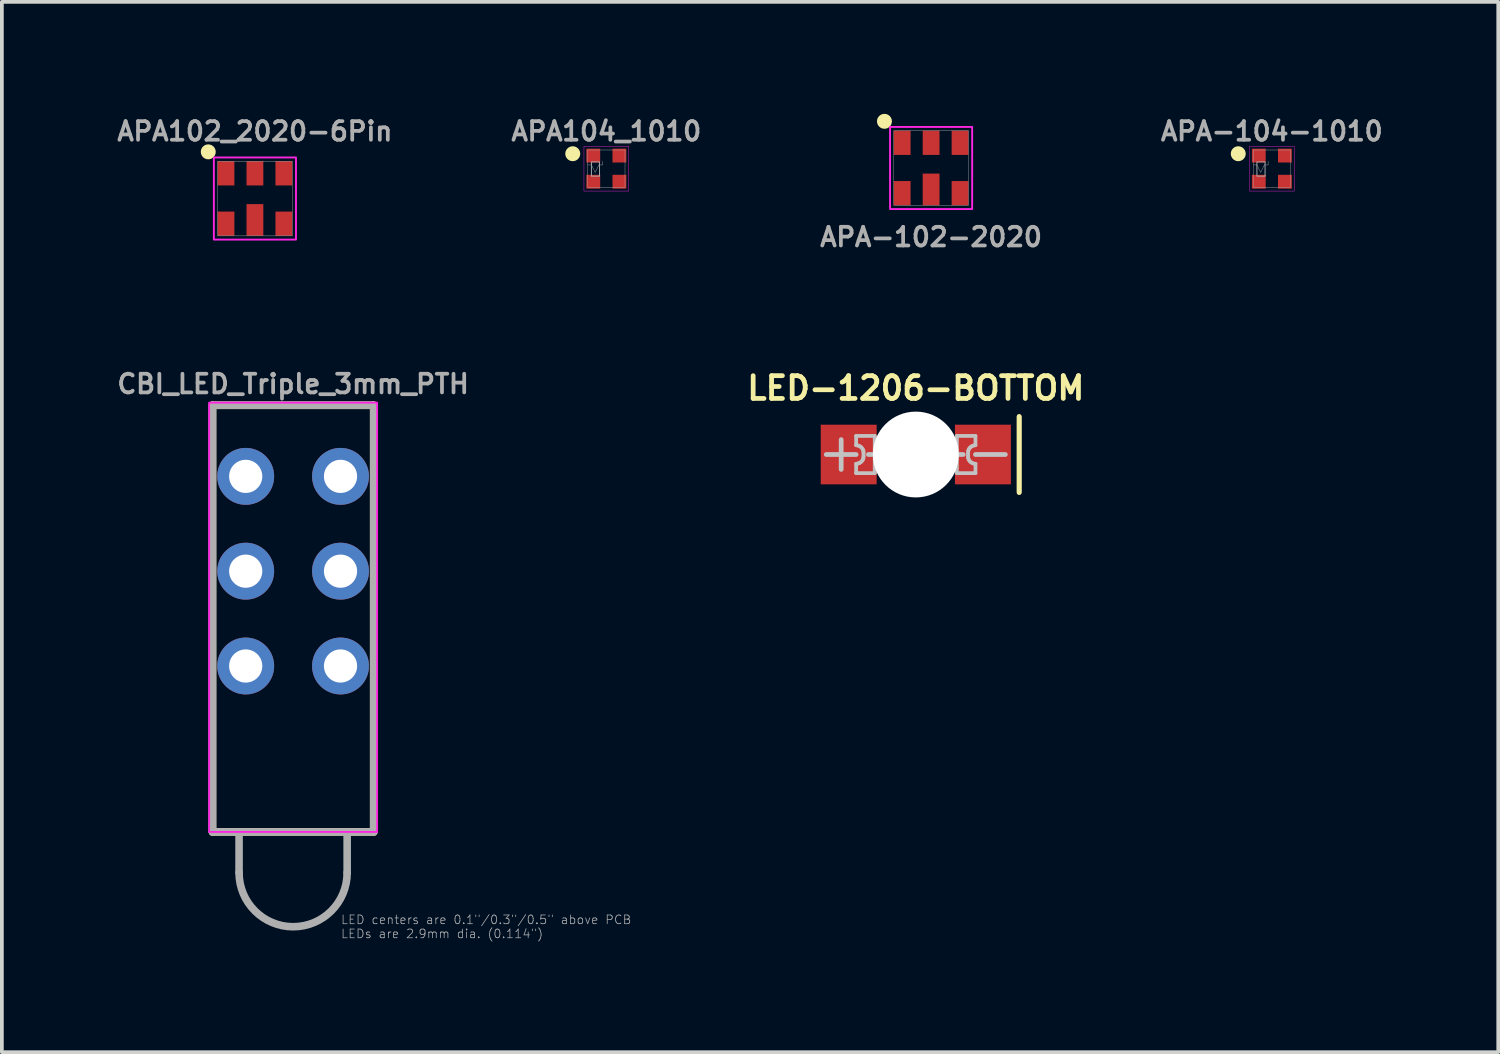
<source format=kicad_pcb>
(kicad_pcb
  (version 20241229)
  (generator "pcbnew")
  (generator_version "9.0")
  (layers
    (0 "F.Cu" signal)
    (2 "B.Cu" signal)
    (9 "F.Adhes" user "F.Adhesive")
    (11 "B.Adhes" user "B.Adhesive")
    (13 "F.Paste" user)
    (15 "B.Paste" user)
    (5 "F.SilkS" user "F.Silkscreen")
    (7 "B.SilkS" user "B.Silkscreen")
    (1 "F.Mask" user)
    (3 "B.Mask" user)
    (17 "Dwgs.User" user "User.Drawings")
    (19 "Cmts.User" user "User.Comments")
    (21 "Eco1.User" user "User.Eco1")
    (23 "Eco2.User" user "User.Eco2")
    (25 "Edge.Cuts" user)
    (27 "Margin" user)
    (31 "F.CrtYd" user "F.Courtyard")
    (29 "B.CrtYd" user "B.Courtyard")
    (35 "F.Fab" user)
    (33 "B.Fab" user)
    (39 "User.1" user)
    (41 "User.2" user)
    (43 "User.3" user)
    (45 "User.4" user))
  (footprint "APA-102-2020"
    (layer "F.Cu")
    (at 21.893 1.45)
    (property "Reference" "APA-102-2020" (at 0 1.85 0) (layer "F.Fab") (effects (font (size 0.5 0.5) (thickness 0.1) (bold yes))))
    (fp_circle (center -1.25 -1.25) (end -1.25 -1.15) (stroke (width 0.2) (type solid)) (fill yes) (layer "F.SilkS"))
    (fp_rect (start -1.1 -1.1) (end 1.1 1.1) (stroke (width 0.05) (type default)) (fill no) (layer "F.CrtYd"))
    (fp_rect (start -1 -1) (end 1 1) (stroke (width 0.01) (type default)) (fill no) (layer "F.Fab"))
    (pad "1" smd rect (at -0.775 -0.675) (size 0.45 0.65) (layers "F.Cu" "F.Mask" "F.Paste"))
    (pad "2" smd rect (at 0 -0.675) (size 0.45 0.65) (layers "F.Cu" "F.Mask" "F.Paste"))
    (pad "3" smd rect (at 0.775 -0.675) (size 0.45 0.65) (layers "F.Cu" "F.Mask" "F.Paste"))
    (pad "4" smd rect (at -0.775 0.675) (size 0.45 0.65) (layers "F.Cu" "F.Mask" "F.Paste"))
    (pad "5" smd rect (at 0 0.575) (size 0.45 0.85) (layers "F.Cu" "F.Mask" "F.Paste"))
    (pad "6" smd rect (at 0.775 0.675) (size 0.45 0.65) (layers "F.Cu" "F.Mask" "F.Paste")))
  (footprint "LED-1206-BOTTOM"
    (layer "F.Cu")
    (at 21.483 9.126)
    (property "Reference" "LED-1206-BOTTOM" (at 0 -1.778 0) (layer "F.SilkS") (effects (font (size 0.61 0.61) (thickness 0.127))))
    (attr smd)
    (fp_line (start 2.769 -1.016) (end 2.769 1.016) (stroke (width 0.127) (type solid)) (layer "F.SilkS"))
    (fp_line (start 2.769 -1.016) (end 2.769 1.016) (stroke (width 0.127) (type solid)) (layer "F.SilkS"))
    (fp_line (start -2.398 0) (end -1.598 0) (stroke (width 0.127) (type solid)) (layer "Dwgs.User"))
    (fp_line (start -1.999 -0.399) (end -1.999 0.399) (stroke (width 0.127) (type solid)) (layer "Dwgs.User"))
    (fp_line (start -1.598 -0.498) (end -1.1 -0.498) (stroke (width 0.1) (type solid)) (layer "Dwgs.User"))
    (fp_line (start -1.598 -0.249) (end -1.598 -0.498) (stroke (width 0.1) (type solid)) (layer "Dwgs.User"))
    (fp_line (start -1.598 0.249) (end -1.547 0.241) (stroke (width 0.1) (type solid)) (layer "Dwgs.User"))
    (fp_line (start -1.598 0.498) (end -1.598 0.249) (stroke (width 0.1) (type solid)) (layer "Dwgs.User"))
    (fp_line (start -1.547 -0.241) (end -1.598 -0.249) (stroke (width 0.1) (type solid)) (layer "Dwgs.User"))
    (fp_line (start -1.547 0.241) (end -1.499 0.221) (stroke (width 0.1) (type solid)) (layer "Dwgs.User"))
    (fp_line (start -1.499 -0.221) (end -1.547 -0.241) (stroke (width 0.1) (type solid)) (layer "Dwgs.User"))
    (fp_line (start -1.499 0.221) (end -1.458 0.191) (stroke (width 0.1) (type solid)) (layer "Dwgs.User"))
    (fp_line (start -1.458 -0.191) (end -1.499 -0.221) (stroke (width 0.1) (type solid)) (layer "Dwgs.User"))
    (fp_line (start -1.458 0.191) (end -1.425 0.15) (stroke (width 0.1) (type solid)) (layer "Dwgs.User"))
    (fp_line (start -1.425 -0.15) (end -1.458 -0.191) (stroke (width 0.1) (type solid)) (layer "Dwgs.User"))
    (fp_line (start -1.425 0.15) (end -1.405 0.102) (stroke (width 0.1) (type solid)) (layer "Dwgs.User"))
    (fp_line (start -1.405 -0.102) (end -1.425 -0.15) (stroke (width 0.1) (type solid)) (layer "Dwgs.User"))
    (fp_line (start -1.405 0.102) (end -1.4 0.048) (stroke (width 0.1) (type solid)) (layer "Dwgs.User"))
    (fp_line (start -1.4 -0.048) (end -1.405 -0.102) (stroke (width 0.1) (type solid)) (layer "Dwgs.User"))
    (fp_line (start -1.4 0.048) (end -1.4 -0.048) (stroke (width 0.1) (type solid)) (layer "Dwgs.User"))
    (fp_line (start -1.27 0) (end -0.381 0) (stroke (width 0.127) (type solid)) (layer "Dwgs.User"))
    (fp_line (start -1.1 -0.498) (end -1.1 0.498) (stroke (width 0.1) (type solid)) (layer "Dwgs.User"))
    (fp_line (start -1.1 0.498) (end -1.598 0.498) (stroke (width 0.1) (type solid)) (layer "Dwgs.User"))
    (fp_line (start -0.749 -0.749) (end 0.749 -0.749) (stroke (width 0.066) (type solid)) (layer "Dwgs.User"))
    (fp_line (start -0.749 0.749) (end -0.749 -0.749) (stroke (width 0.066) (type solid)) (layer "Dwgs.User"))
    (fp_line (start -0.749 0.749) (end 0.749 0.749) (stroke (width 0.066) (type solid)) (layer "Dwgs.User"))
    (fp_line (start -0.381 -0.635) (end 0.254 0) (stroke (width 0.127) (type solid)) (layer "Dwgs.User"))
    (fp_line (start -0.381 0) (end -0.381 -0.635) (stroke (width 0.127) (type solid)) (layer "Dwgs.User"))
    (fp_line (start -0.381 0.635) (end -0.381 0) (stroke (width 0.127) (type solid)) (layer "Dwgs.User"))
    (fp_line (start 0.254 0) (end -0.381 0.635) (stroke (width 0.127) (type solid)) (layer "Dwgs.User"))
    (fp_line (start 0.254 0) (end 0.254 -0.635) (stroke (width 0.127) (type solid)) (layer "Dwgs.User"))
    (fp_line (start 0.254 0) (end 0.254 0.635) (stroke (width 0.127) (type solid)) (layer "Dwgs.User"))
    (fp_line (start 0.254 0) (end 1.27 0) (stroke (width 0.127) (type solid)) (layer "Dwgs.User"))
    (fp_line (start 0.749 0.749) (end 0.749 -0.749) (stroke (width 0.066) (type solid)) (layer "Dwgs.User"))
    (fp_line (start 1.1 -0.498) (end 1.598 -0.498) (stroke (width 0.1) (type solid)) (layer "Dwgs.User"))
    (fp_line (start 1.1 0.498) (end 1.1 -0.498) (stroke (width 0.1) (type solid)) (layer "Dwgs.User"))
    (fp_line (start 1.4 -0.048) (end 1.4 0.048) (stroke (width 0.1) (type solid)) (layer "Dwgs.User"))
    (fp_line (start 1.4 0.048) (end 1.405 0.102) (stroke (width 0.1) (type solid)) (layer "Dwgs.User"))
    (fp_line (start 1.405 -0.102) (end 1.4 -0.048) (stroke (width 0.1) (type solid)) (layer "Dwgs.User"))
    (fp_line (start 1.405 0.102) (end 1.425 0.15) (stroke (width 0.1) (type solid)) (layer "Dwgs.User"))
    (fp_line (start 1.425 -0.15) (end 1.405 -0.102) (stroke (width 0.1) (type solid)) (layer "Dwgs.User"))
    (fp_line (start 1.425 0.15) (end 1.458 0.191) (stroke (width 0.1) (type solid)) (layer "Dwgs.User"))
    (fp_line (start 1.458 -0.191) (end 1.425 -0.15) (stroke (width 0.1) (type solid)) (layer "Dwgs.User"))
    (fp_line (start 1.458 0.191) (end 1.499 0.221) (stroke (width 0.1) (type solid)) (layer "Dwgs.User"))
    (fp_line (start 1.499 -0.221) (end 1.458 -0.191) (stroke (width 0.1) (type solid)) (layer "Dwgs.User"))
    (fp_line (start 1.499 0.221) (end 1.547 0.241) (stroke (width 0.1) (type solid)) (layer "Dwgs.User"))
    (fp_line (start 1.547 -0.241) (end 1.499 -0.221) (stroke (width 0.1) (type solid)) (layer "Dwgs.User"))
    (fp_line (start 1.547 0.241) (end 1.598 0.249) (stroke (width 0.1) (type solid)) (layer "Dwgs.User"))
    (fp_line (start 1.598 -0.498) (end 1.598 -0.249) (stroke (width 0.1) (type solid)) (layer "Dwgs.User"))
    (fp_line (start 1.598 -0.249) (end 1.547 -0.241) (stroke (width 0.1) (type solid)) (layer "Dwgs.User"))
    (fp_line (start 1.598 0) (end 2.398 0) (stroke (width 0.127) (type solid)) (layer "Dwgs.User"))
    (fp_line (start 1.598 0.249) (end 1.598 0.498) (stroke (width 0.1) (type solid)) (layer "Dwgs.User"))
    (fp_line (start 1.598 0.498) (end 1.1 0.498) (stroke (width 0.1) (type solid)) (layer "Dwgs.User"))
    (pad "" np_thru_hole circle (at 0 0) (size 2.299 2.299) (drill 2.299) (layers "*.Cu" "*.Mask"))
    (pad "A" smd rect (at -1.798 0) (size 1.499 1.598) (layers "F.Cu" "F.Mask" "F.Paste"))
    (pad "C" smd rect (at 1.798 0) (size 1.499 1.598) (layers "F.Cu" "F.Mask" "F.Paste")))
  (footprint "APA-104-1010"
    (layer "F.Cu")
    (at 31.021 1.468)
    (property "Reference" "APA-104-1010" (at 0 -1 0) (layer "F.Fab") (effects (font (size 0.5 0.5) (thickness 0.1) (bold yes))))
    (fp_circle (center -0.9 -0.4) (end -0.9 -0.3) (stroke (width 0.2) (type solid)) (fill yes) (layer "F.SilkS"))
    (fp_rect (start -0.6 -0.6) (end 0.6 0.6) (stroke (width 0.01) (type default)) (fill no) (layer "F.CrtYd"))
    (fp_line (start -0.5 -0.1) (end -0.4 -0.1) (stroke (width 0.01) (type default)) (layer "F.Fab"))
    (fp_line (start -0.3 0.1) (end -0.4 -0.1) (stroke (width 0.01) (type default)) (layer "F.Fab"))
    (fp_line (start -0.2 -0.1) (end -0.3 0.1) (stroke (width 0.01) (type default)) (layer "F.Fab"))
    (fp_line (start -0.1 -0.1) (end -0.2 -0.1) (stroke (width 0.01) (type default)) (layer "F.Fab"))
    (fp_line (start -0.1 -0.1) (end -0.1 -0.2) (stroke (width 0.01) (type default)) (layer "F.Fab"))
    (fp_rect (start -0.5 -0.5) (end 0.5 0.5) (stroke (width 0.01) (type default)) (fill no) (layer "F.Fab"))
    (fp_rect (start -0.4 -0.181) (end -0.182 0.2) (stroke (width 0.025) (type default)) (fill no) (layer "F.Fab"))
    (pad "1" smd rect (at -0.35 -0.35) (size 0.37 0.37) (layers "F.Cu" "F.Mask" "F.Paste"))
    (pad "2" smd rect (at -0.35 0.35) (size 0.37 0.37) (layers "F.Cu" "F.Mask" "F.Paste"))
    (pad "3" smd rect (at 0.35 0.35) (size 0.37 0.37) (layers "F.Cu" "F.Mask" "F.Paste"))
    (pad "4" smd rect (at 0.35 -0.35) (size 0.37 0.37) (layers "F.Cu" "F.Mask" "F.Paste")))
  (footprint "APA104_1010"
    (layer "F.Cu")
    (at 13.193 1.468)
    (property "Reference" "APA104_1010" (at 0 -1 0) (layer "F.Fab") (effects (font (size 0.5 0.5) (thickness 0.1) (bold yes))))
    (fp_circle (center -0.9 -0.4) (end -0.9 -0.3) (stroke (width 0.2) (type solid)) (fill yes) (layer "F.SilkS"))
    (fp_rect (start -0.6 -0.6) (end 0.6 0.6) (stroke (width 0.01) (type default)) (fill no) (layer "F.CrtYd"))
    (fp_line (start -0.5 -0.1) (end -0.4 -0.1) (stroke (width 0.01) (type default)) (layer "F.Fab"))
    (fp_line (start -0.3 0.1) (end -0.4 -0.1) (stroke (width 0.01) (type default)) (layer "F.Fab"))
    (fp_line (start -0.2 -0.1) (end -0.3 0.1) (stroke (width 0.01) (type default)) (layer "F.Fab"))
    (fp_line (start -0.1 -0.1) (end -0.2 -0.1) (stroke (width 0.01) (type default)) (layer "F.Fab"))
    (fp_line (start -0.1 -0.1) (end -0.1 -0.2) (stroke (width 0.01) (type default)) (layer "F.Fab"))
    (fp_rect (start -0.5 -0.5) (end 0.5 0.5) (stroke (width 0.01) (type default)) (fill no) (layer "F.Fab"))
    (fp_rect (start -0.4 -0.181) (end -0.182 0.2) (stroke (width 0.025) (type default)) (fill no) (layer "F.Fab"))
    (pad "1" smd rect (at -0.35 -0.35) (size 0.37 0.37) (layers "F.Cu" "F.Mask" "F.Paste"))
    (pad "2" smd rect (at -0.35 0.35) (size 0.37 0.37) (layers "F.Cu" "F.Mask" "F.Paste"))
    (pad "3" smd rect (at 0.35 0.35) (size 0.37 0.37) (layers "F.Cu" "F.Mask" "F.Paste"))
    (pad "4" smd rect (at 0.35 -0.35) (size 0.37 0.37) (layers "F.Cu" "F.Mask" "F.Paste")))
  (footprint "APA102_2020-6Pin"
    (layer "F.Cu")
    (at 3.779 2.268)
    (property "Reference" "APA102_2020-6Pin" (at 0 -1.8 0) (layer "F.Fab") (effects (font (size 0.5 0.5) (thickness 0.1) (bold yes))))
    (attr smd)
    (fp_circle (center -1.25 -1.25) (end -1.25 -1.15) (stroke (width 0.2) (type solid)) (fill yes) (layer "F.SilkS"))
    (fp_poly (pts (xy -1.1 -1.1) (xy 1.1 -1.1) (xy 1.1 1.1) (xy -1.1 1.1)) (stroke (width 0.05) (type default)) (fill no) (layer "F.CrtYd"))
    (fp_poly (pts (xy -1 -1) (xy 1 -1) (xy 1 1) (xy -1 1)) (stroke (width 0.01) (type default)) (fill no) (layer "F.Fab"))
    (pad "1" smd rect (at -0.775 -0.675) (size 0.45 0.65) (layers "F.Cu" "F.Mask" "F.Paste"))
    (pad "2" smd rect (at 0 -0.675) (size 0.45 0.65) (layers "F.Cu" "F.Mask" "F.Paste"))
    (pad "3" smd rect (at 0.775 -0.675) (size 0.45 0.65) (layers "F.Cu" "F.Mask" "F.Paste"))
    (pad "4" smd rect (at -0.775 0.675) (size 0.45 0.65) (layers "F.Cu" "F.Mask" "F.Paste"))
    (pad "5" smd rect (at 0 0.575) (size 0.45 0.85) (layers "F.Cu" "F.Mask" "F.Paste"))
    (pad "6" smd rect (at 0.775 0.675) (size 0.45 0.65) (layers "F.Cu" "F.Mask" "F.Paste")))
  (footprint "CBI_LED_Triple_3mm_PTH"
    (layer "F.Cu")
    (at 4.802 19.236)
    (property "Reference" "CBI_LED_Triple_3mm_PTH" (at 0 -12 0) (layer "F.Fab") (effects (font (size 0.5 0.5) (thickness 0.1) (bold yes))))
    (fp_line (start -2.159 -11.43) (end 2.159 -11.43) (stroke (width 0.203) (type solid)) (layer "F.SilkS"))
    (fp_line (start -2.159 0) (end -2.159 -11.43) (stroke (width 0.203) (type solid)) (layer "F.SilkS"))
    (fp_line (start -2.159 0) (end 2.159 0) (stroke (width 0.203) (type solid)) (layer "F.SilkS"))
    (fp_line (start 2.159 0) (end 2.159 -11.43) (stroke (width 0.203) (type solid)) (layer "F.SilkS"))
    (fp_rect (start -2.25 -11.5) (end 2.25 0) (stroke (width 0.05) (type default)) (fill no) (layer "F.CrtYd"))
    (fp_line (start -2.159 -11.43) (end 2.159 -11.43) (stroke (width 0.203) (type solid)) (layer "F.Fab"))
    (fp_line (start -2.159 0) (end -2.159 -11.43) (stroke (width 0.203) (type solid)) (layer "F.Fab"))
    (fp_line (start -2.159 0) (end -1.448 0) (stroke (width 0.203) (type solid)) (layer "F.Fab"))
    (fp_line (start -1.448 0) (end -1.448 1.092) (stroke (width 0.203) (type solid)) (layer "F.Fab"))
    (fp_line (start -1.448 0) (end 1.448 0) (stroke (width 0.203) (type solid)) (layer "F.Fab"))
    (fp_line (start 1.448 0) (end 1.448 1.092) (stroke (width 0.203) (type solid)) (layer "F.Fab"))
    (fp_line (start 1.448 0) (end 2.159 0) (stroke (width 0.203) (type solid)) (layer "F.Fab"))
    (fp_line (start 2.159 0) (end 2.159 -11.43) (stroke (width 0.203) (type solid)) (layer "F.Fab"))
    (fp_arc (start 1.4478 1.0922) (mid 0 2.54) (end -1.4478 1.0922) (stroke (width 0.2032) (type solid)) (layer "F.Fab"))
    (fp_text user "LED centers are 0.1\"/0.3\"/0.5\" above PCB\nLEDs are 2.9mm dia. (0.114\")" (at 1.27 2.54 0) (layer "F.Fab") (effects (font (size 0.234 0.234) (thickness 0.02)) (justify left)))
    (pad "ANODE_1" thru_hole circle (at -1.27 -9.525) (size 1.524 1.524) (drill 0.889) (layers "*.Cu" "*.Mask"))
    (pad "ANODE_2" thru_hole circle (at -1.27 -6.985) (size 1.524 1.524) (drill 0.889) (layers "*.Cu" "*.Mask"))
    (pad "ANODE_3" thru_hole circle (at -1.27 -4.445) (size 1.524 1.524) (drill 0.889) (layers "*.Cu" "*.Mask"))
    (pad "CATHODE_1" thru_hole circle (at 1.27 -9.525) (size 1.524 1.524) (drill 0.889) (layers "*.Cu" "*.Mask"))
    (pad "CATHODE_2" thru_hole circle (at 1.27 -6.985) (size 1.524 1.524) (drill 0.889) (layers "*.Cu" "*.Mask"))
    (pad "CATHODE_3" thru_hole circle (at 1.27 -4.445) (size 1.524 1.524) (drill 0.889) (layers "*.Cu" "*.Mask")))
  (gr_rect
    (start -3 -3)
    (end 37.086 25.136)
    (stroke (width 0.1) (type default))
    (fill no)
    (layer "Edge.Cuts")))
</source>
